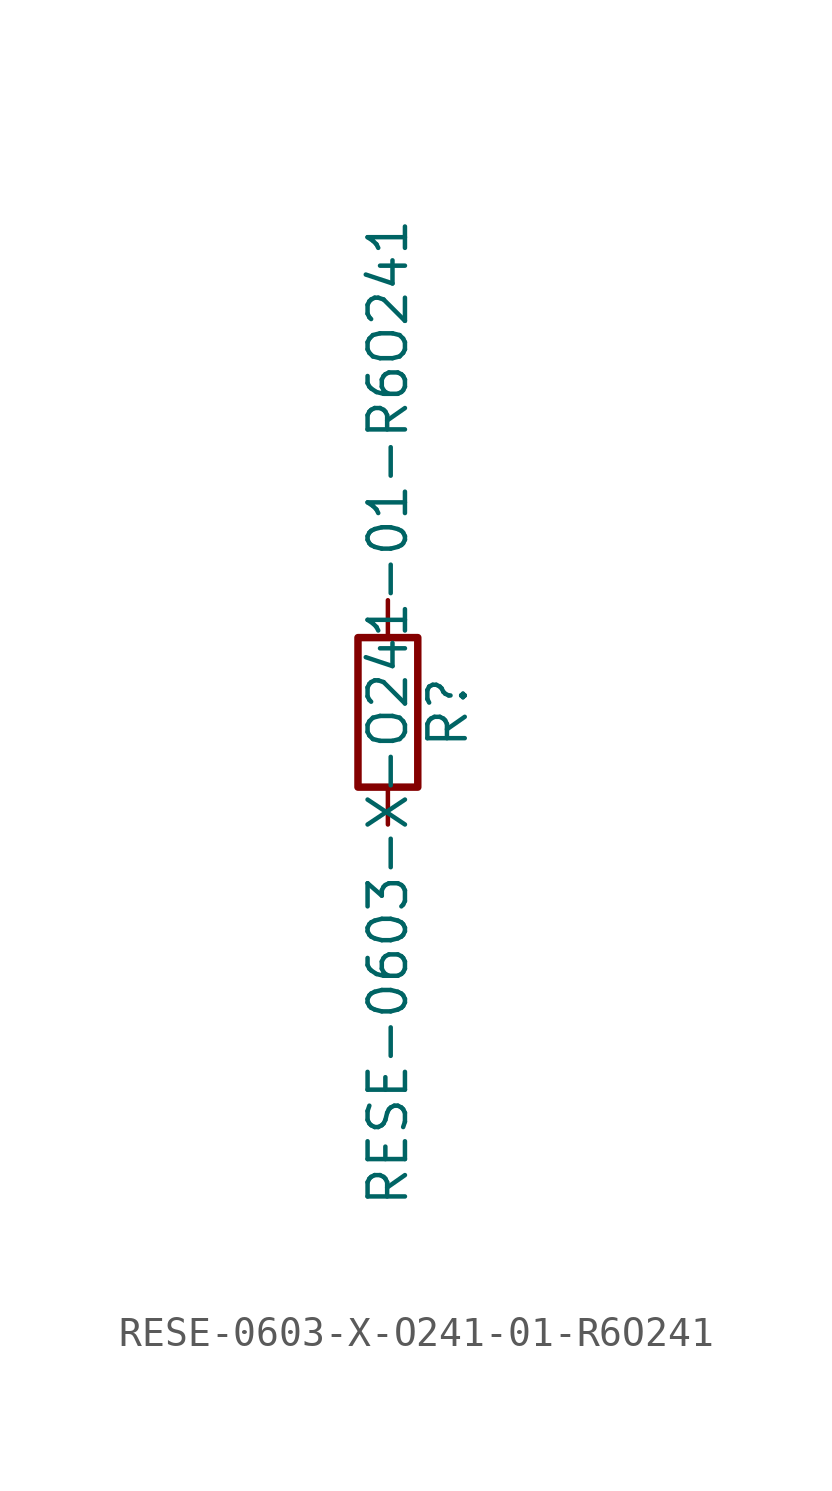
<source format=kicad_sym>
(kicad_symbol_lib
  (version 20211014)
  (generator kicad_symbol_editor)
  (symbol "RESE-0603-X-O241-01-R6O241"
    (pin_numbers hide)
    (pin_names
      (offset 0))
    (property "Reference" "R"
      (at 2.032 0 90)
      (effects (font (size 1.27 1.27))))
    (property "Value" "RESE-0603-X-O241-01-R6O241"
      (at 0 0 90)
      (effects (font (size 1.27 1.27))))
    (symbol "RESE-0603-X-O241-01-R6O241_0_1"
      (rectangle (start -1.016 -2.54) (end 1.016 2.54) (stroke (width 0.254) (type default) (color 0 0 0 0)) (fill (type none))))
    (symbol "RESE-0603-X-O241-01-R6O241_1_1"
      (pin passive line (at 0 3.81 270) (length 1.27) (name "~" (effects (font (size 1.27 1.27)))) (number "1" (effects (font (size 1.27 1.27)))))
      (pin passive line (at 0 -3.81 90) (length 1.27) (name "~" (effects (font (size 1.27 1.27)))) (number "2" (effects (font (size 1.27 1.27))))))))
</source>
